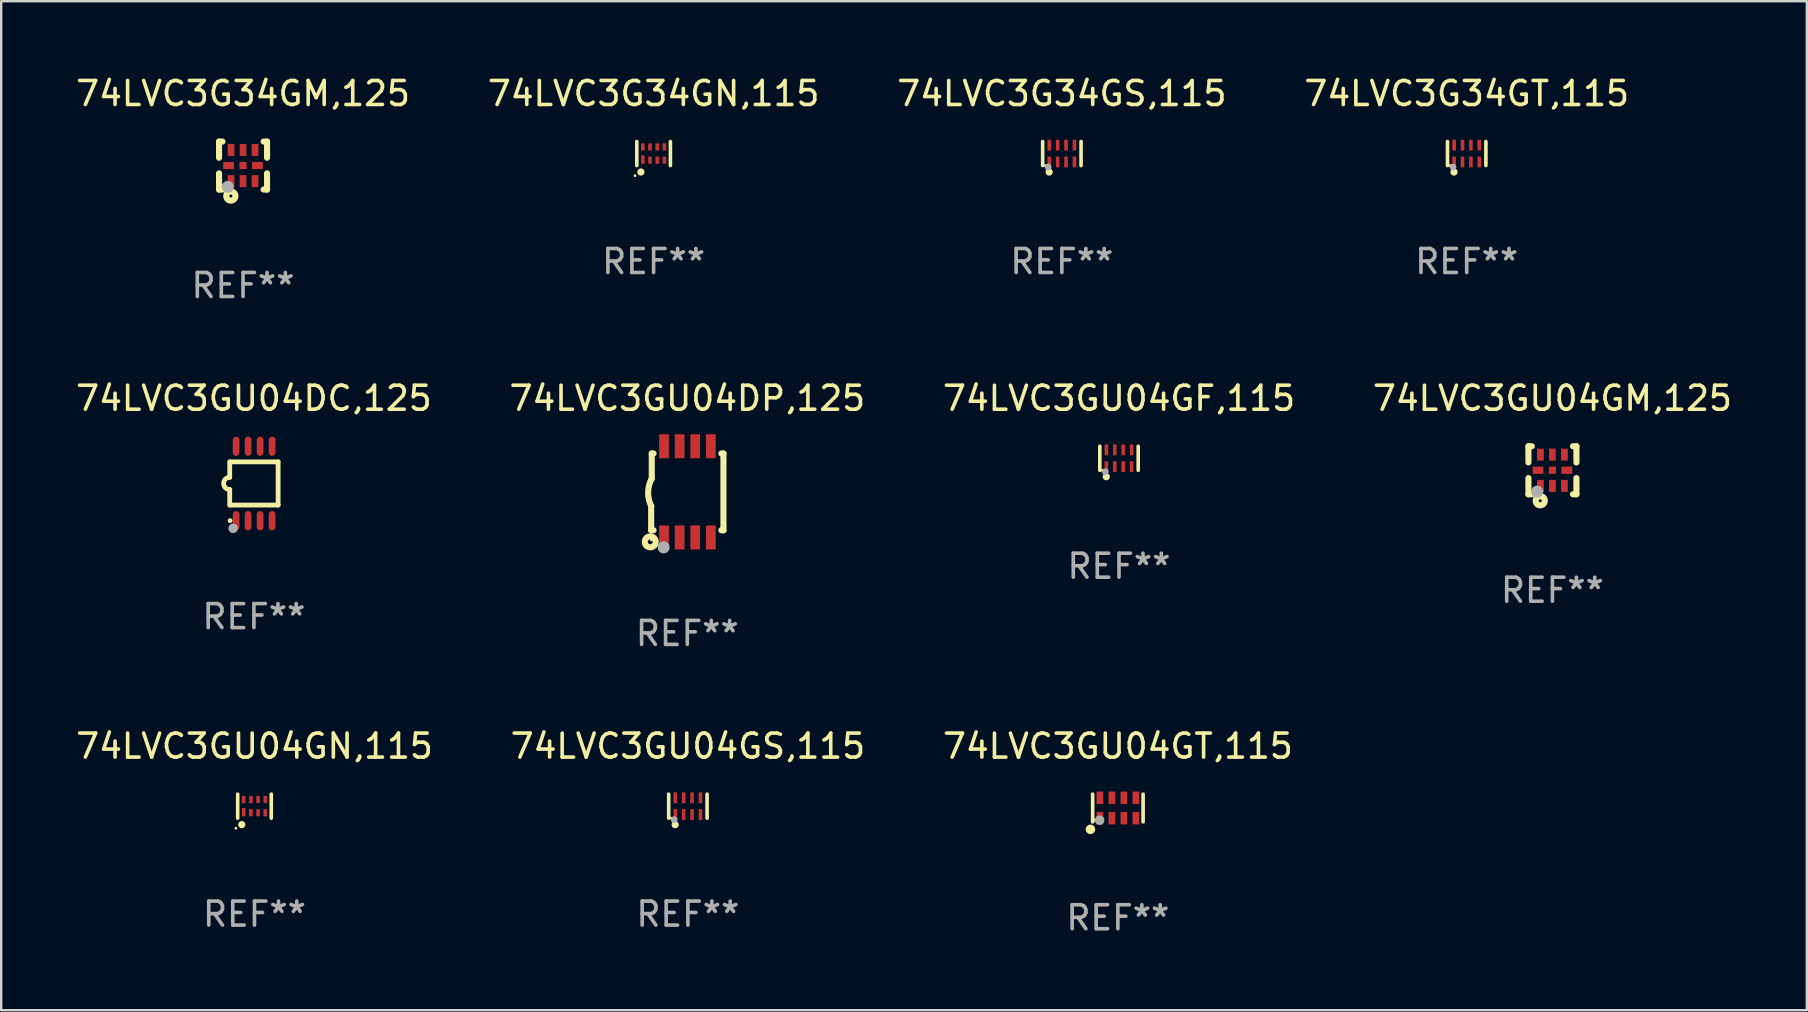
<source format=kicad_pcb>
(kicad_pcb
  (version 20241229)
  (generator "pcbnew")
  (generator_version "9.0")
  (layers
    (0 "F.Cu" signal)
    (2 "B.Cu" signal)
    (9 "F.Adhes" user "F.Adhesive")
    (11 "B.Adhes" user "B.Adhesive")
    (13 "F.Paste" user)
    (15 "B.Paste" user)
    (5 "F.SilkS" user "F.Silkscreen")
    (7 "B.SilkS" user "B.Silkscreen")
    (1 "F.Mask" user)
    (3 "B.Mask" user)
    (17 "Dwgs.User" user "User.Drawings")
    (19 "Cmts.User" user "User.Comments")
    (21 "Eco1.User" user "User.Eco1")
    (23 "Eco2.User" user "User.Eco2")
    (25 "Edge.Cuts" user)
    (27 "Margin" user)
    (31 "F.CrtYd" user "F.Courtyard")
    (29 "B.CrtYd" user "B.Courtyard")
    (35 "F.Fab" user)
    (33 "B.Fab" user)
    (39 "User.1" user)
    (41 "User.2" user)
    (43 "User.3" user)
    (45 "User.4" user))
  (footprint "74LVC3G34GT,115"
    (layer "F.Cu")
    (at 58.065 3.348)
    (property "Reference" "74LVC3G34GT,115" (at 0 -2.5 0) (layer "F.SilkS") (effects (font (size 1 1) (thickness 0.15))))
    (attr through_hole)
    (fp_line (start -0.8 -0.5) (end -0.8 0.5) (stroke (width 0.15) (type solid)) (layer "F.SilkS"))
    (fp_line (start 0.8 -0.5) (end 0.8 0.5) (stroke (width 0.15) (type solid)) (layer "F.SilkS"))
    (fp_circle (center -0.7 0.5) (end -0.67 0.5) (stroke (width 0.06) (type solid)) (fill no) (layer "F.SilkS"))
    (fp_circle (center -0.53 0.77) (end -0.454 0.77) (stroke (width 0.15) (type solid)) (fill no) (layer "F.SilkS"))
    (fp_circle (center -0.57 0.56) (end -0.5 0.56) (stroke (width 0.14) (type solid)) (fill no) (layer "F.Fab"))
    (fp_text user "REF**" (at 0 4.5 0) (layer "F.Fab") (effects (font (size 1 1) (thickness 0.15))))
    (pad "1" smd rect (at -0.525 0.35) (size 0.15 0.45) (layers "F.Cu" "F.Mask" "F.Paste"))
    (pad "2" smd rect (at -0.175 0.35) (size 0.15 0.45) (layers "F.Cu" "F.Mask" "F.Paste"))
    (pad "3" smd rect (at 0.175 0.35) (size 0.15 0.45) (layers "F.Cu" "F.Mask" "F.Paste"))
    (pad "4" smd rect (at 0.525 0.35) (size 0.15 0.45) (layers "F.Cu" "F.Mask" "F.Paste"))
    (pad "5" smd rect (at 0.525 -0.35) (size 0.15 0.45) (layers "F.Cu" "F.Mask" "F.Paste"))
    (pad "6" smd rect (at 0.175 -0.35) (size 0.15 0.45) (layers "F.Cu" "F.Mask" "F.Paste"))
    (pad "7" smd rect (at -0.175 -0.35) (size 0.15 0.45) (layers "F.Cu" "F.Mask" "F.Paste"))
    (pad "8" smd rect (at -0.525 -0.35) (size 0.15 0.45) (layers "F.Cu" "F.Mask" "F.Paste")))
  (footprint "74LVC3GU04GM,125"
    (layer "F.Cu")
    (at 61.637 16.545)
    (property "Reference" "74LVC3GU04GM,125" (at 0 -3 0) (layer "F.SilkS") (effects (font (size 1 1) (thickness 0.15))))
    (attr through_hole)
    (fp_line (start -1 -1) (end -0.858 -1) (stroke (width 0.254) (type solid)) (layer "F.SilkS"))
    (fp_line (start -1 -0.325) (end -1 -1) (stroke (width 0.254) (type solid)) (layer "F.SilkS"))
    (fp_line (start -1 1) (end -1 0.325) (stroke (width 0.254) (type solid)) (layer "F.SilkS"))
    (fp_line (start -0.858 1) (end -1 1) (stroke (width 0.254) (type solid)) (layer "F.SilkS"))
    (fp_line (start 0.858 -1) (end 1 -1) (stroke (width 0.254) (type solid)) (layer "F.SilkS"))
    (fp_line (start 1 -1) (end 1 -0.325) (stroke (width 0.254) (type solid)) (layer "F.SilkS"))
    (fp_line (start 1 0.325) (end 1 1) (stroke (width 0.254) (type solid)) (layer "F.SilkS"))
    (fp_line (start 1 1) (end 0.858 1) (stroke (width 0.254) (type solid)) (layer "F.SilkS"))
    (fp_circle (center -0.8 0.8) (end -0.77 0.8) (stroke (width 0.06) (type solid)) (fill no) (layer "F.SilkS"))
    (fp_circle (center -0.508 1.27) (end -0.444 1.27) (stroke (width 0.254) (type solid)) (fill no) (layer "F.SilkS"))
    (fp_circle (center -0.635 0.889) (end -0.508 0.889) (stroke (width 0.254) (type solid)) (fill no) (layer "F.Fab"))
    (fp_text user "REF**" (at 0 5 0) (layer "F.Fab") (effects (font (size 1 1) (thickness 0.15))))
    (pad "1" smd rect (at -0.5 0.65 90) (size 0.5 0.28) (layers "F.Cu" "F.Mask" "F.Paste"))
    (pad "2" smd rect (at 0.000013 0.65 90) (size 0.5 0.28) (layers "F.Cu" "F.Mask" "F.Paste"))
    (pad "3" smd rect (at 0.5 0.65 90) (size 0.5 0.28) (layers "F.Cu" "F.Mask" "F.Paste"))
    (pad "4" smd rect (at 0.6 0.000076 180) (size 0.45 0.3) (layers "F.Cu" "F.Mask" "F.Paste"))
    (pad "5" smd rect (at 0.5 -0.65 90) (size 0.5 0.28) (layers "F.Cu" "F.Mask" "F.Paste"))
    (pad "6" smd rect (at 0.000013 -0.65 90) (size 0.5 0.28) (layers "F.Cu" "F.Mask" "F.Paste"))
    (pad "7" smd rect (at -0.5 -0.65 90) (size 0.5 0.28) (layers "F.Cu" "F.Mask" "F.Paste"))
    (pad "8" smd rect (at -0.6 0.000076 180) (size 0.45 0.3) (layers "F.Cu" "F.Mask" "F.Paste"))
    (pad "9" smd rect (at 0.000013 0.000076 180) (size 0.3 0.3) (layers "F.Cu" "F.Mask" "F.Paste")))
  (footprint "74LVC3GU04DC,125"
    (layer "F.Cu")
    (at 7.53 17.095)
    (property "Reference" "74LVC3GU04DC,125" (at 0 -3.55 0) (layer "F.SilkS") (effects (font (size 1 1) (thickness 0.15))))
    (attr through_hole)
    (fp_line (start -1.008 -0.254) (end -1.008 -0.9) (stroke (width 0.2) (type solid)) (layer "F.SilkS"))
    (fp_line (start -1.008 0.254) (end -1.008 0.9) (stroke (width 0.2) (type solid)) (layer "F.SilkS"))
    (fp_line (start -0.992 0.9) (end 1.008 0.9) (stroke (width 0.2) (type solid)) (layer "F.SilkS"))
    (fp_line (start 1.008 -0.9) (end -0.992 -0.9) (stroke (width 0.2) (type solid)) (layer "F.SilkS"))
    (fp_line (start 1.008 0.9) (end 1.008 -0.9) (stroke (width 0.2) (type solid)) (layer "F.SilkS"))
    (fp_arc (start -1.008001 0.254001) (mid -1.262002 0) (end -1.008001 -0.254001) (stroke (width 0.2) (type solid)) (layer "F.SilkS"))
    (fp_circle (center -0.992 1.55) (end -0.942 1.55) (stroke (width 0.1) (type solid)) (fill no) (layer "F.SilkS"))
    (fp_circle (center -0.866 1.87) (end -0.766 1.87) (stroke (width 0.2) (type solid)) (fill no) (layer "F.Fab"))
    (fp_text user "REF**" (at 0 5.55 0) (layer "F.Fab") (effects (font (size 1 1) (thickness 0.15))))
    (pad "1" smd oval (at -0.742 1.55 270) (size 0.8 0.28) (layers "F.Cu" "F.Mask" "F.Paste"))
    (pad "2" smd oval (at -0.242 1.55 270) (size 0.8 0.28) (layers "F.Cu" "F.Mask" "F.Paste"))
    (pad "3" smd oval (at 0.258 1.55 270) (size 0.8 0.28) (layers "F.Cu" "F.Mask" "F.Paste"))
    (pad "4" smd oval (at 0.758 1.55 270) (size 0.8 0.28) (layers "F.Cu" "F.Mask" "F.Paste"))
    (pad "5" smd oval (at 0.758 -1.55 270) (size 0.8 0.28) (layers "F.Cu" "F.Mask" "F.Paste"))
    (pad "6" smd oval (at 0.258 -1.55 270) (size 0.8 0.28) (layers "F.Cu" "F.Mask" "F.Paste"))
    (pad "7" smd oval (at -0.242 -1.55 270) (size 0.8 0.28) (layers "F.Cu" "F.Mask" "F.Paste"))
    (pad "8" smd oval (at -0.742 -1.55 270) (size 0.8 0.28) (layers "F.Cu" "F.Mask" "F.Paste")))
  (footprint "74LVC3GU04GS,115"
    (layer "F.Cu")
    (at 25.613 30.541)
    (property "Reference" "74LVC3GU04GS,115" (at 0 -2.5 0) (layer "F.SilkS") (effects (font (size 1 1) (thickness 0.15))))
    (attr through_hole)
    (fp_line (start -0.8 -0.5) (end -0.8 0.5) (stroke (width 0.15) (type solid)) (layer "F.SilkS"))
    (fp_line (start 0.8 -0.5) (end 0.8 0.5) (stroke (width 0.15) (type solid)) (layer "F.SilkS"))
    (fp_circle (center -0.7 0.5) (end -0.67 0.5) (stroke (width 0.06) (type solid)) (fill no) (layer "F.SilkS"))
    (fp_circle (center -0.53 0.77) (end -0.454 0.77) (stroke (width 0.15) (type solid)) (fill no) (layer "F.SilkS"))
    (fp_circle (center -0.57 0.56) (end -0.5 0.56) (stroke (width 0.14) (type solid)) (fill no) (layer "F.Fab"))
    (fp_text user "REF**" (at 0 4.5 0) (layer "F.Fab") (effects (font (size 1 1) (thickness 0.15))))
    (pad "1" smd rect (at -0.525 0.35) (size 0.15 0.45) (layers "F.Cu" "F.Mask" "F.Paste"))
    (pad "2" smd rect (at -0.175 0.35) (size 0.15 0.45) (layers "F.Cu" "F.Mask" "F.Paste"))
    (pad "3" smd rect (at 0.175 0.35) (size 0.15 0.45) (layers "F.Cu" "F.Mask" "F.Paste"))
    (pad "4" smd rect (at 0.525 0.35) (size 0.15 0.45) (layers "F.Cu" "F.Mask" "F.Paste"))
    (pad "5" smd rect (at 0.525 -0.35) (size 0.15 0.45) (layers "F.Cu" "F.Mask" "F.Paste"))
    (pad "6" smd rect (at 0.175 -0.35) (size 0.15 0.45) (layers "F.Cu" "F.Mask" "F.Paste"))
    (pad "7" smd rect (at -0.175 -0.35) (size 0.15 0.45) (layers "F.Cu" "F.Mask" "F.Paste"))
    (pad "8" smd rect (at -0.525 -0.35) (size 0.15 0.45) (layers "F.Cu" "F.Mask" "F.Paste")))
  (footprint "74LVC3G34GS,115"
    (layer "F.Cu")
    (at 41.196 3.348)
    (property "Reference" "74LVC3G34GS,115" (at 0 -2.5 0) (layer "F.SilkS") (effects (font (size 1 1) (thickness 0.15))))
    (attr through_hole)
    (fp_line (start -0.8 -0.5) (end -0.8 0.5) (stroke (width 0.15) (type solid)) (layer "F.SilkS"))
    (fp_line (start 0.8 -0.5) (end 0.8 0.5) (stroke (width 0.15) (type solid)) (layer "F.SilkS"))
    (fp_circle (center -0.7 0.5) (end -0.67 0.5) (stroke (width 0.06) (type solid)) (fill no) (layer "F.SilkS"))
    (fp_circle (center -0.53 0.77) (end -0.454 0.77) (stroke (width 0.15) (type solid)) (fill no) (layer "F.SilkS"))
    (fp_circle (center -0.57 0.56) (end -0.5 0.56) (stroke (width 0.14) (type solid)) (fill no) (layer "F.Fab"))
    (fp_text user "REF**" (at 0 4.5 0) (layer "F.Fab") (effects (font (size 1 1) (thickness 0.15))))
    (pad "1" smd rect (at -0.525 0.35) (size 0.15 0.45) (layers "F.Cu" "F.Mask" "F.Paste"))
    (pad "2" smd rect (at -0.175 0.35) (size 0.15 0.45) (layers "F.Cu" "F.Mask" "F.Paste"))
    (pad "3" smd rect (at 0.175 0.35) (size 0.15 0.45) (layers "F.Cu" "F.Mask" "F.Paste"))
    (pad "4" smd rect (at 0.525 0.35) (size 0.15 0.45) (layers "F.Cu" "F.Mask" "F.Paste"))
    (pad "5" smd rect (at 0.525 -0.35) (size 0.15 0.45) (layers "F.Cu" "F.Mask" "F.Paste"))
    (pad "6" smd rect (at 0.175 -0.35) (size 0.15 0.45) (layers "F.Cu" "F.Mask" "F.Paste"))
    (pad "7" smd rect (at -0.175 -0.35) (size 0.15 0.45) (layers "F.Cu" "F.Mask" "F.Paste"))
    (pad "8" smd rect (at -0.525 -0.35) (size 0.15 0.45) (layers "F.Cu" "F.Mask" "F.Paste")))
  (footprint "74LVC3GU04GF,115"
    (layer "F.Cu")
    (at 43.577 16.045)
    (property "Reference" "74LVC3GU04GF,115" (at 0 -2.5 0) (layer "F.SilkS") (effects (font (size 1 1) (thickness 0.15))))
    (attr through_hole)
    (fp_line (start -0.8 -0.5) (end -0.8 0.5) (stroke (width 0.15) (type solid)) (layer "F.SilkS"))
    (fp_line (start 0.8 -0.5) (end 0.8 0.5) (stroke (width 0.15) (type solid)) (layer "F.SilkS"))
    (fp_circle (center -0.7 0.5) (end -0.67 0.5) (stroke (width 0.06) (type solid)) (fill no) (layer "F.SilkS"))
    (fp_circle (center -0.53 0.77) (end -0.454 0.77) (stroke (width 0.15) (type solid)) (fill no) (layer "F.SilkS"))
    (fp_circle (center -0.57 0.56) (end -0.5 0.56) (stroke (width 0.14) (type solid)) (fill no) (layer "F.Fab"))
    (fp_text user "REF**" (at 0 4.5 0) (layer "F.Fab") (effects (font (size 1 1) (thickness 0.15))))
    (pad "1" smd rect (at -0.525 0.35) (size 0.15 0.45) (layers "F.Cu" "F.Mask" "F.Paste"))
    (pad "2" smd rect (at -0.175 0.35) (size 0.15 0.45) (layers "F.Cu" "F.Mask" "F.Paste"))
    (pad "3" smd rect (at 0.175 0.35) (size 0.15 0.45) (layers "F.Cu" "F.Mask" "F.Paste"))
    (pad "4" smd rect (at 0.525 0.35) (size 0.15 0.45) (layers "F.Cu" "F.Mask" "F.Paste"))
    (pad "5" smd rect (at 0.525 -0.35) (size 0.15 0.45) (layers "F.Cu" "F.Mask" "F.Paste"))
    (pad "6" smd rect (at 0.175 -0.35) (size 0.15 0.45) (layers "F.Cu" "F.Mask" "F.Paste"))
    (pad "7" smd rect (at -0.175 -0.35) (size 0.15 0.45) (layers "F.Cu" "F.Mask" "F.Paste"))
    (pad "8" smd rect (at -0.525 -0.35) (size 0.15 0.45) (layers "F.Cu" "F.Mask" "F.Paste")))
  (footprint "74LVC3GU04GT,115"
    (layer "F.Cu")
    (at 43.53 30.618)
    (property "Reference" "74LVC3GU04GT,115" (at 0 -2.576 0) (layer "F.SilkS") (effects (font (size 1 1) (thickness 0.15))))
    (attr through_hole)
    (fp_line (start -1.051 0.576) (end -1.051 -0.576) (stroke (width 0.152) (type solid)) (layer "F.SilkS"))
    (fp_line (start 1.051 -0.576) (end 1.051 0.576) (stroke (width 0.152) (type solid)) (layer "F.SilkS"))
    (fp_circle (center -1.143 0.889) (end -1.043 0.889) (stroke (width 0.2) (type solid)) (fill no) (layer "F.SilkS"))
    (fp_circle (center -0.975 0.5) (end -0.945 0.5) (stroke (width 0.06) (type solid)) (fill no) (layer "F.SilkS"))
    (fp_circle (center -0.762 0.508) (end -0.662 0.508) (stroke (width 0.2) (type solid)) (fill no) (layer "F.Fab"))
    (fp_text user "REF**" (at 0 4.576 0) (layer "F.Fab") (effects (font (size 1 1) (thickness 0.15))))
    (pad "1" smd rect (at -0.75 0.425) (size 0.28 0.521) (layers "F.Cu" "F.Mask" "F.Paste"))
    (pad "2" smd rect (at -0.25 0.425) (size 0.28 0.521) (layers "F.Cu" "F.Mask" "F.Paste"))
    (pad "3" smd rect (at 0.25 0.425) (size 0.28 0.521) (layers "F.Cu" "F.Mask" "F.Paste"))
    (pad "4" smd rect (at 0.75 0.425) (size 0.28 0.521) (layers "F.Cu" "F.Mask" "F.Paste"))
    (pad "5" smd rect (at 0.75 -0.425) (size 0.28 0.521) (layers "F.Cu" "F.Mask" "F.Paste"))
    (pad "6" smd rect (at 0.25 -0.425) (size 0.28 0.521) (layers "F.Cu" "F.Mask" "F.Paste"))
    (pad "7" smd rect (at -0.25 -0.425) (size 0.28 0.521) (layers "F.Cu" "F.Mask" "F.Paste"))
    (pad "8" smd rect (at -0.75 -0.425) (size 0.28 0.521) (layers "F.Cu" "F.Mask" "F.Paste")))
  (footprint "74LVC3G34GM,125"
    (layer "F.Cu")
    (at 7.077 3.848)
    (property "Reference" "74LVC3G34GM,125" (at 0 -3 0) (layer "F.SilkS") (effects (font (size 1 1) (thickness 0.15))))
    (attr through_hole)
    (fp_line (start -1 -1) (end -0.858 -1) (stroke (width 0.254) (type solid)) (layer "F.SilkS"))
    (fp_line (start -1 -0.325) (end -1 -1) (stroke (width 0.254) (type solid)) (layer "F.SilkS"))
    (fp_line (start -1 1) (end -1 0.325) (stroke (width 0.254) (type solid)) (layer "F.SilkS"))
    (fp_line (start -0.858 1) (end -1 1) (stroke (width 0.254) (type solid)) (layer "F.SilkS"))
    (fp_line (start 0.858 -1) (end 1 -1) (stroke (width 0.254) (type solid)) (layer "F.SilkS"))
    (fp_line (start 1 -1) (end 1 -0.325) (stroke (width 0.254) (type solid)) (layer "F.SilkS"))
    (fp_line (start 1 0.325) (end 1 1) (stroke (width 0.254) (type solid)) (layer "F.SilkS"))
    (fp_line (start 1 1) (end 0.858 1) (stroke (width 0.254) (type solid)) (layer "F.SilkS"))
    (fp_circle (center -0.8 0.8) (end -0.77 0.8) (stroke (width 0.06) (type solid)) (fill no) (layer "F.SilkS"))
    (fp_circle (center -0.508 1.27) (end -0.444 1.27) (stroke (width 0.254) (type solid)) (fill no) (layer "F.SilkS"))
    (fp_circle (center -0.635 0.889) (end -0.508 0.889) (stroke (width 0.254) (type solid)) (fill no) (layer "F.Fab"))
    (fp_text user "REF**" (at 0 5 0) (layer "F.Fab") (effects (font (size 1 1) (thickness 0.15))))
    (pad "1" smd rect (at -0.5 0.65 90) (size 0.5 0.28) (layers "F.Cu" "F.Mask" "F.Paste"))
    (pad "2" smd rect (at 0.000013 0.65 90) (size 0.5 0.28) (layers "F.Cu" "F.Mask" "F.Paste"))
    (pad "3" smd rect (at 0.5 0.65 90) (size 0.5 0.28) (layers "F.Cu" "F.Mask" "F.Paste"))
    (pad "4" smd rect (at 0.6 0.000076 180) (size 0.45 0.3) (layers "F.Cu" "F.Mask" "F.Paste"))
    (pad "5" smd rect (at 0.5 -0.65 90) (size 0.5 0.28) (layers "F.Cu" "F.Mask" "F.Paste"))
    (pad "6" smd rect (at 0.000013 -0.65 90) (size 0.5 0.28) (layers "F.Cu" "F.Mask" "F.Paste"))
    (pad "7" smd rect (at -0.5 -0.65 90) (size 0.5 0.28) (layers "F.Cu" "F.Mask" "F.Paste"))
    (pad "8" smd rect (at -0.6 0.000076 180) (size 0.45 0.3) (layers "F.Cu" "F.Mask" "F.Paste"))
    (pad "9" smd rect (at 0.000013 0.000076 180) (size 0.3 0.3) (layers "F.Cu" "F.Mask" "F.Paste")))
  (footprint "74LVC3GU04DP,125"
    (layer "F.Cu")
    (at 25.589 17.445)
    (property "Reference" "74LVC3GU04DP,125" (at 0 -3.9 0) (layer "F.SilkS") (effects (font (size 1 1) (thickness 0.15))))
    (attr through_hole)
    (fp_line (start -1.506 1.6) (end -1.506 0.584) (stroke (width 0.254) (type solid)) (layer "F.SilkS"))
    (fp_line (start -1.506 1.6) (end -1.407 1.6) (stroke (width 0.254) (type solid)) (layer "F.SilkS"))
    (fp_line (start -1.481 -1.599) (end -1.481 -0.549) (stroke (width 0.254) (type solid)) (layer "F.SilkS"))
    (fp_line (start -1.481 -1.599) (end -1.407 -1.599) (stroke (width 0.254) (type solid)) (layer "F.SilkS"))
    (fp_line (start 1.417 -1.599) (end 1.506 -1.599) (stroke (width 0.254) (type solid)) (layer "F.SilkS"))
    (fp_line (start 1.417 1.6) (end 1.506 1.6) (stroke (width 0.254) (type solid)) (layer "F.SilkS"))
    (fp_line (start 1.506 1.603) (end 1.506 -1.595) (stroke (width 0.254) (type solid)) (layer "F.SilkS"))
    (fp_arc (start -1.506223 0.584328) (mid -1.632455 0.00974) (end -1.480823 -0.558674) (stroke (width 0.254001) (type solid)) (layer "F.SilkS"))
    (fp_circle (center -1.544 2.083) (end -1.443 2.083) (stroke (width 0.254) (type solid)) (fill no) (layer "F.SilkS"))
    (fp_circle (center -1.495 2) (end -1.465 2) (stroke (width 0.06) (type solid)) (fill no) (layer "F.SilkS"))
    (fp_circle (center -0.986 2.312) (end -0.859 2.312) (stroke (width 0.254) (type solid)) (fill no) (layer "F.Fab"))
    (fp_text user "REF**" (at 0 5.9 0) (layer "F.Fab") (effects (font (size 1 1) (thickness 0.15))))
    (pad "1" smd rect (at -0.97 1.9 90) (size 1 0.406) (layers "F.Cu" "F.Mask" "F.Paste"))
    (pad "2" smd rect (at -0.32 1.9 90) (size 1 0.406) (layers "F.Cu" "F.Mask" "F.Paste"))
    (pad "3" smd rect (at 0.33 1.9 90) (size 1 0.406) (layers "F.Cu" "F.Mask" "F.Paste"))
    (pad "4" smd rect (at 0.98 1.9 90) (size 1 0.406) (layers "F.Cu" "F.Mask" "F.Paste"))
    (pad "5" smd rect (at 0.98 -1.9 90) (size 1 0.406) (layers "F.Cu" "F.Mask" "F.Paste"))
    (pad "6" smd rect (at 0.33 -1.9 90) (size 1 0.406) (layers "F.Cu" "F.Mask" "F.Paste"))
    (pad "7" smd rect (at -0.32 -1.9 90) (size 1 0.406) (layers "F.Cu" "F.Mask" "F.Paste"))
    (pad "8" smd rect (at -0.97 -1.9 90) (size 1 0.406) (layers "F.Cu" "F.Mask" "F.Paste")))
  (footprint "74LVC3G34GN,115"
    (layer "F.Cu")
    (at 24.185 3.348)
    (property "Reference" "74LVC3G34GN,115" (at 0 -2.5 0) (layer "F.SilkS") (effects (font (size 1 1) (thickness 0.15))))
    (attr through_hole)
    (fp_line (start -0.7 -0.5) (end -0.7 0.5) (stroke (width 0.15) (type solid)) (layer "F.SilkS"))
    (fp_line (start 0.7 -0.5) (end 0.7 0.5) (stroke (width 0.15) (type solid)) (layer "F.SilkS"))
    (fp_circle (center -0.775 0.922) (end -0.745 0.922) (stroke (width 0.06) (type solid)) (fill no) (layer "F.SilkS"))
    (fp_circle (center -0.53 0.77) (end -0.454 0.77) (stroke (width 0.15) (type solid)) (fill no) (layer "F.SilkS"))
    (fp_text user "REF**" (at 0 4.5 0) (layer "F.Fab") (effects (font (size 1 1) (thickness 0.15))))
    (pad "1" smd rect (at -0.45 0.25) (size 0.15 0.35) (layers "F.Cu" "F.Mask" "F.Paste"))
    (pad "2" smd rect (at -0.15 0.275) (size 0.15 0.3) (layers "F.Cu" "F.Mask" "F.Paste"))
    (pad "3" smd rect (at 0.15 0.275) (size 0.15 0.3) (layers "F.Cu" "F.Mask" "F.Paste"))
    (pad "4" smd rect (at 0.45 0.275) (size 0.15 0.3) (layers "F.Cu" "F.Mask" "F.Paste"))
    (pad "5" smd rect (at 0.45 -0.275) (size 0.15 0.3) (layers "F.Cu" "F.Mask" "F.Paste"))
    (pad "6" smd rect (at 0.15 -0.275) (size 0.15 0.3) (layers "F.Cu" "F.Mask" "F.Paste"))
    (pad "7" smd rect (at -0.15 -0.275) (size 0.15 0.3) (layers "F.Cu" "F.Mask" "F.Paste"))
    (pad "8" smd rect (at -0.45 -0.275) (size 0.15 0.3) (layers "F.Cu" "F.Mask" "F.Paste")))
  (footprint "74LVC3GU04GN,115"
    (layer "F.Cu")
    (at 7.554 30.541)
    (property "Reference" "74LVC3GU04GN,115" (at 0 -2.5 0) (layer "F.SilkS") (effects (font (size 1 1) (thickness 0.15))))
    (attr through_hole)
    (fp_line (start -0.7 -0.5) (end -0.7 0.5) (stroke (width 0.15) (type solid)) (layer "F.SilkS"))
    (fp_line (start 0.7 -0.5) (end 0.7 0.5) (stroke (width 0.15) (type solid)) (layer "F.SilkS"))
    (fp_circle (center -0.775 0.922) (end -0.745 0.922) (stroke (width 0.06) (type solid)) (fill no) (layer "F.SilkS"))
    (fp_circle (center -0.53 0.77) (end -0.454 0.77) (stroke (width 0.15) (type solid)) (fill no) (layer "F.SilkS"))
    (fp_text user "REF**" (at 0 4.5 0) (layer "F.Fab") (effects (font (size 1 1) (thickness 0.15))))
    (pad "1" smd rect (at -0.45 0.25) (size 0.15 0.35) (layers "F.Cu" "F.Mask" "F.Paste"))
    (pad "2" smd rect (at -0.15 0.275) (size 0.15 0.3) (layers "F.Cu" "F.Mask" "F.Paste"))
    (pad "3" smd rect (at 0.15 0.275) (size 0.15 0.3) (layers "F.Cu" "F.Mask" "F.Paste"))
    (pad "4" smd rect (at 0.45 0.275) (size 0.15 0.3) (layers "F.Cu" "F.Mask" "F.Paste"))
    (pad "5" smd rect (at 0.45 -0.275) (size 0.15 0.3) (layers "F.Cu" "F.Mask" "F.Paste"))
    (pad "6" smd rect (at 0.15 -0.275) (size 0.15 0.3) (layers "F.Cu" "F.Mask" "F.Paste"))
    (pad "7" smd rect (at -0.15 -0.275) (size 0.15 0.3) (layers "F.Cu" "F.Mask" "F.Paste"))
    (pad "8" smd rect (at -0.45 -0.275) (size 0.15 0.3) (layers "F.Cu" "F.Mask" "F.Paste")))
  (gr_rect
    (start -3 -3)
    (end 72.238 39.042)
    (stroke (width 0.1) (type default))
    (fill no)
    (layer "Edge.Cuts")))
</source>
